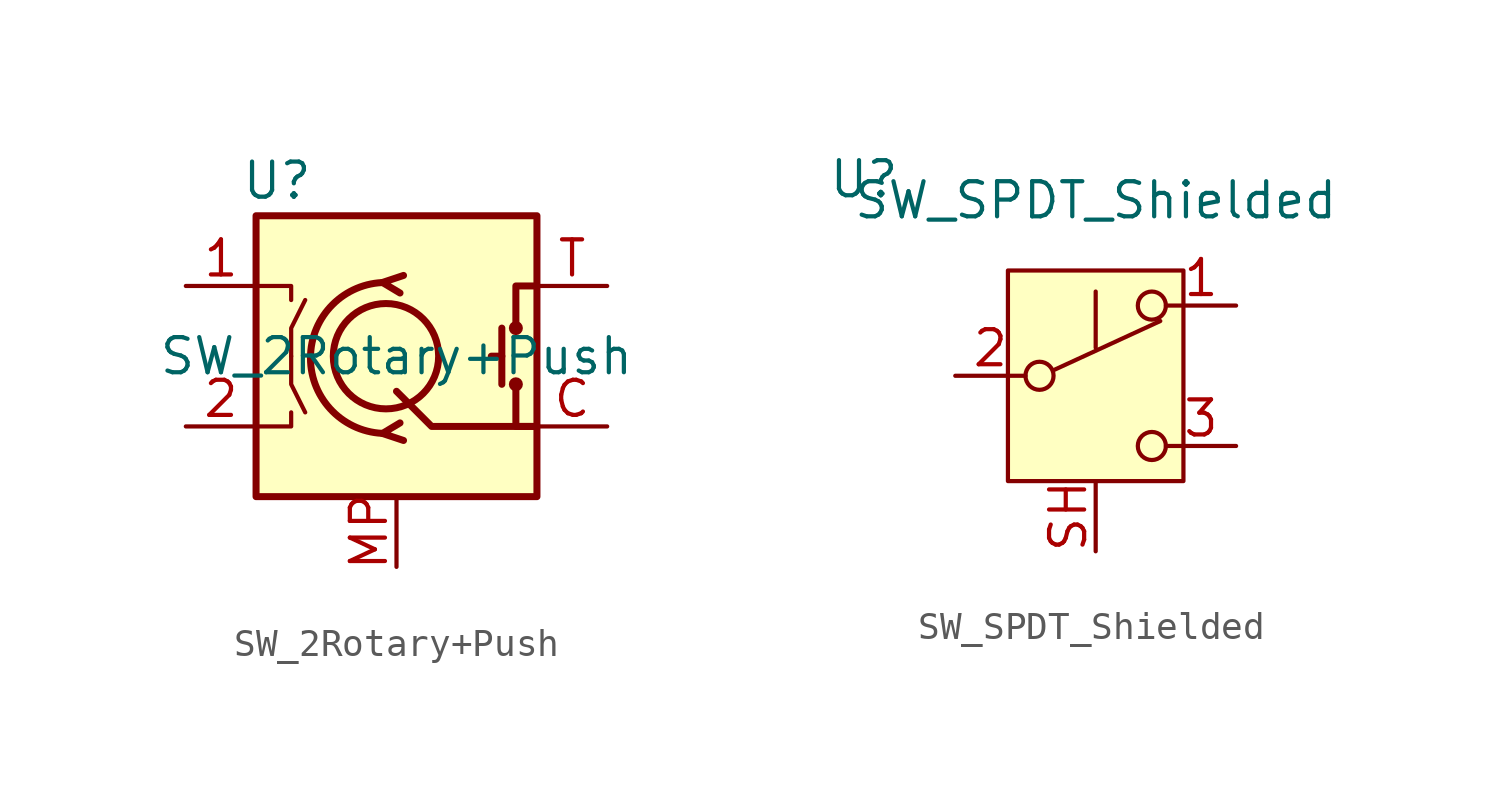
<source format=kicad_sym>
(kicad_symbol_lib
  (version 20241209)
  (generator "kicad_symbol_editor")
  (generator_version "9.0")
  (symbol "SW_2Rotary+Push"
    (pin_names
      (hide yes))
    (property "Reference" "U"
      (at -4.318 6.35 0)
      (effects (font (size 1.27 1.27))))
    (property "Value" "SW_2Rotary+Push"
      (at 0 0 0)
      (effects (font (size 1.27 1.27))))
    (symbol "SW_2Rotary+Push_0_1"
      (rectangle (start -5.08 5.08) (end 5.08 -5.08) (stroke (width 0.254) (type default)) (fill (type background)))
      (polyline (pts (xy -5.08 2.54) (xy -3.81 2.54) (xy -3.81 2.032)) (stroke (width 0) (type default)) (fill (type none)))
      (polyline (pts (xy -5.08 -2.54) (xy -3.81 -2.54) (xy -3.81 -2.032)) (stroke (width 0) (type default)) (fill (type none)))
      (polyline (pts (xy -3.81 0) (xy -3.81 1.016) (xy -3.302 2.032)) (stroke (width 0) (type default)) (fill (type none)))
      (polyline (pts (xy -3.81 0) (xy -3.81 -1.016) (xy -3.302 -2.032)) (stroke (width 0) (type default)) (fill (type none)))
      (circle (center -0.381 0) (radius 1.905) (stroke (width 0.254) (type default)) (fill (type none)))
      (arc (start -0.381 -2.794) (mid -3.0988 -0.0635) (end -0.381 2.667) (stroke (width 0.254) (type default)) (fill (type none)))
      (polyline (pts (xy 0.254 2.921) (xy -0.508 2.667) (xy 0.127 2.286)) (stroke (width 0.254) (type default)) (fill (type none)))
      (polyline (pts (xy 0.254 -3.048) (xy -0.508 -2.794) (xy 0.127 -2.413)) (stroke (width 0.254) (type default)) (fill (type none)))
      (polyline (pts (xy 3.81 1.016) (xy 3.81 -1.016)) (stroke (width 0.254) (type default)) (fill (type none)))
      (polyline (pts (xy 3.81 0) (xy 3.429 0)) (stroke (width 0.254) (type default)) (fill (type none)))
      (circle (center 4.318 1.016) (radius 0.127) (stroke (width 0.254) (type default)) (fill (type none)))
      (circle (center 4.318 -1.016) (radius 0.127) (stroke (width 0.254) (type default)) (fill (type none)))
      (polyline (pts (xy 5.08 2.54) (xy 4.318 2.54) (xy 4.318 1.016)) (stroke (width 0.254) (type default)) (fill (type none)))
      (polyline (pts (xy 5.08 -2.54) (xy 1.27 -2.54) (xy 0 -1.27)) (stroke (width 0.254) (type default)) (fill (type none)))
      (polyline (pts (xy 5.08 -2.54) (xy 4.318 -2.54) (xy 4.318 -1.016)) (stroke (width 0.254) (type default)) (fill (type none))))
    (symbol "SW_2Rotary+Push_1_1"
      (pin passive line (at -7.62 2.54 0) (length 2.54) (name "1" (effects (font (size 1.27 1.27)))) (number "1" (effects (font (size 1.27 1.27)))))
      (pin passive line (at -7.62 -2.54 0) (length 2.54) (name "2" (effects (font (size 1.27 1.27)))) (number "2" (effects (font (size 1.27 1.27)))))
      (pin passive line (at 0 -7.62 90) (length 2.54) (name "MP" (effects (font (size 1.27 1.27)))) (number "MP" (effects (font (size 1.27 1.27)))))
      (pin passive line (at 7.62 2.54 180) (length 2.54) (name "T" (effects (font (size 1.27 1.27)))) (number "T" (effects (font (size 1.27 1.27)))))
      (pin passive line (at 7.62 -2.54 180) (length 2.54) (name "C" (effects (font (size 1.27 1.27)))) (number "C" (effects (font (size 1.27 1.27)))))))
  (symbol "SW_SPDT_Shielded"
    (pin_names
      (hide yes))
    (property "Reference" "U"
      (at -8.382 7.112 0)
      (effects (font (size 1.27 1.27))))
    (property "Value" "SW_SPDT_Shielded"
      (at 0 6.35 0)
      (effects (font (size 1.27 1.27))))
    (symbol "SW_SPDT_Shielded_0_0"
      (circle (center -2.032 0) (radius 0.508) (stroke (width 0) (type default)) (fill (type none)))
      (polyline (pts (xy 0 1.016) (xy 0 3.048)) (stroke (width 0) (type default)) (fill (type none)))
      (circle (center 2.032 -2.54) (radius 0.508) (stroke (width 0) (type default)) (fill (type none))))
    (symbol "SW_SPDT_Shielded_0_1"
      (polyline (pts (xy -1.524 0.203) (xy 2.337 1.981)) (stroke (width 0) (type default)) (fill (type none)))
      (circle (center 2.032 2.54) (radius 0.508) (stroke (width 0) (type default)) (fill (type none))))
    (symbol "SW_SPDT_Shielded_1_1"
      (rectangle (start -3.175 3.81) (end 3.175 -3.81) (stroke (width 0) (type default)) (fill (type background)))
      (pin passive line (at -5.08 0 0) (length 2.54) (name "B" (effects (font (size 1.27 1.27)))) (number "2" (effects (font (size 1.27 1.27)))))
      (pin passive line (at 0 -6.35 90) (length 2.54) (name "SH" (effects (font (size 1.27 1.27)))) (number "SH" (effects (font (size 1.27 1.27)))))
      (pin passive line (at 5.08 2.54 180) (length 2.54) (name "A" (effects (font (size 1.27 1.27)))) (number "1" (effects (font (size 1.27 1.27)))))
      (pin passive line (at 5.08 -2.54 180) (length 2.54) (name "C" (effects (font (size 1.27 1.27)))) (number "3" (effects (font (size 1.27 1.27))))))))
</source>
